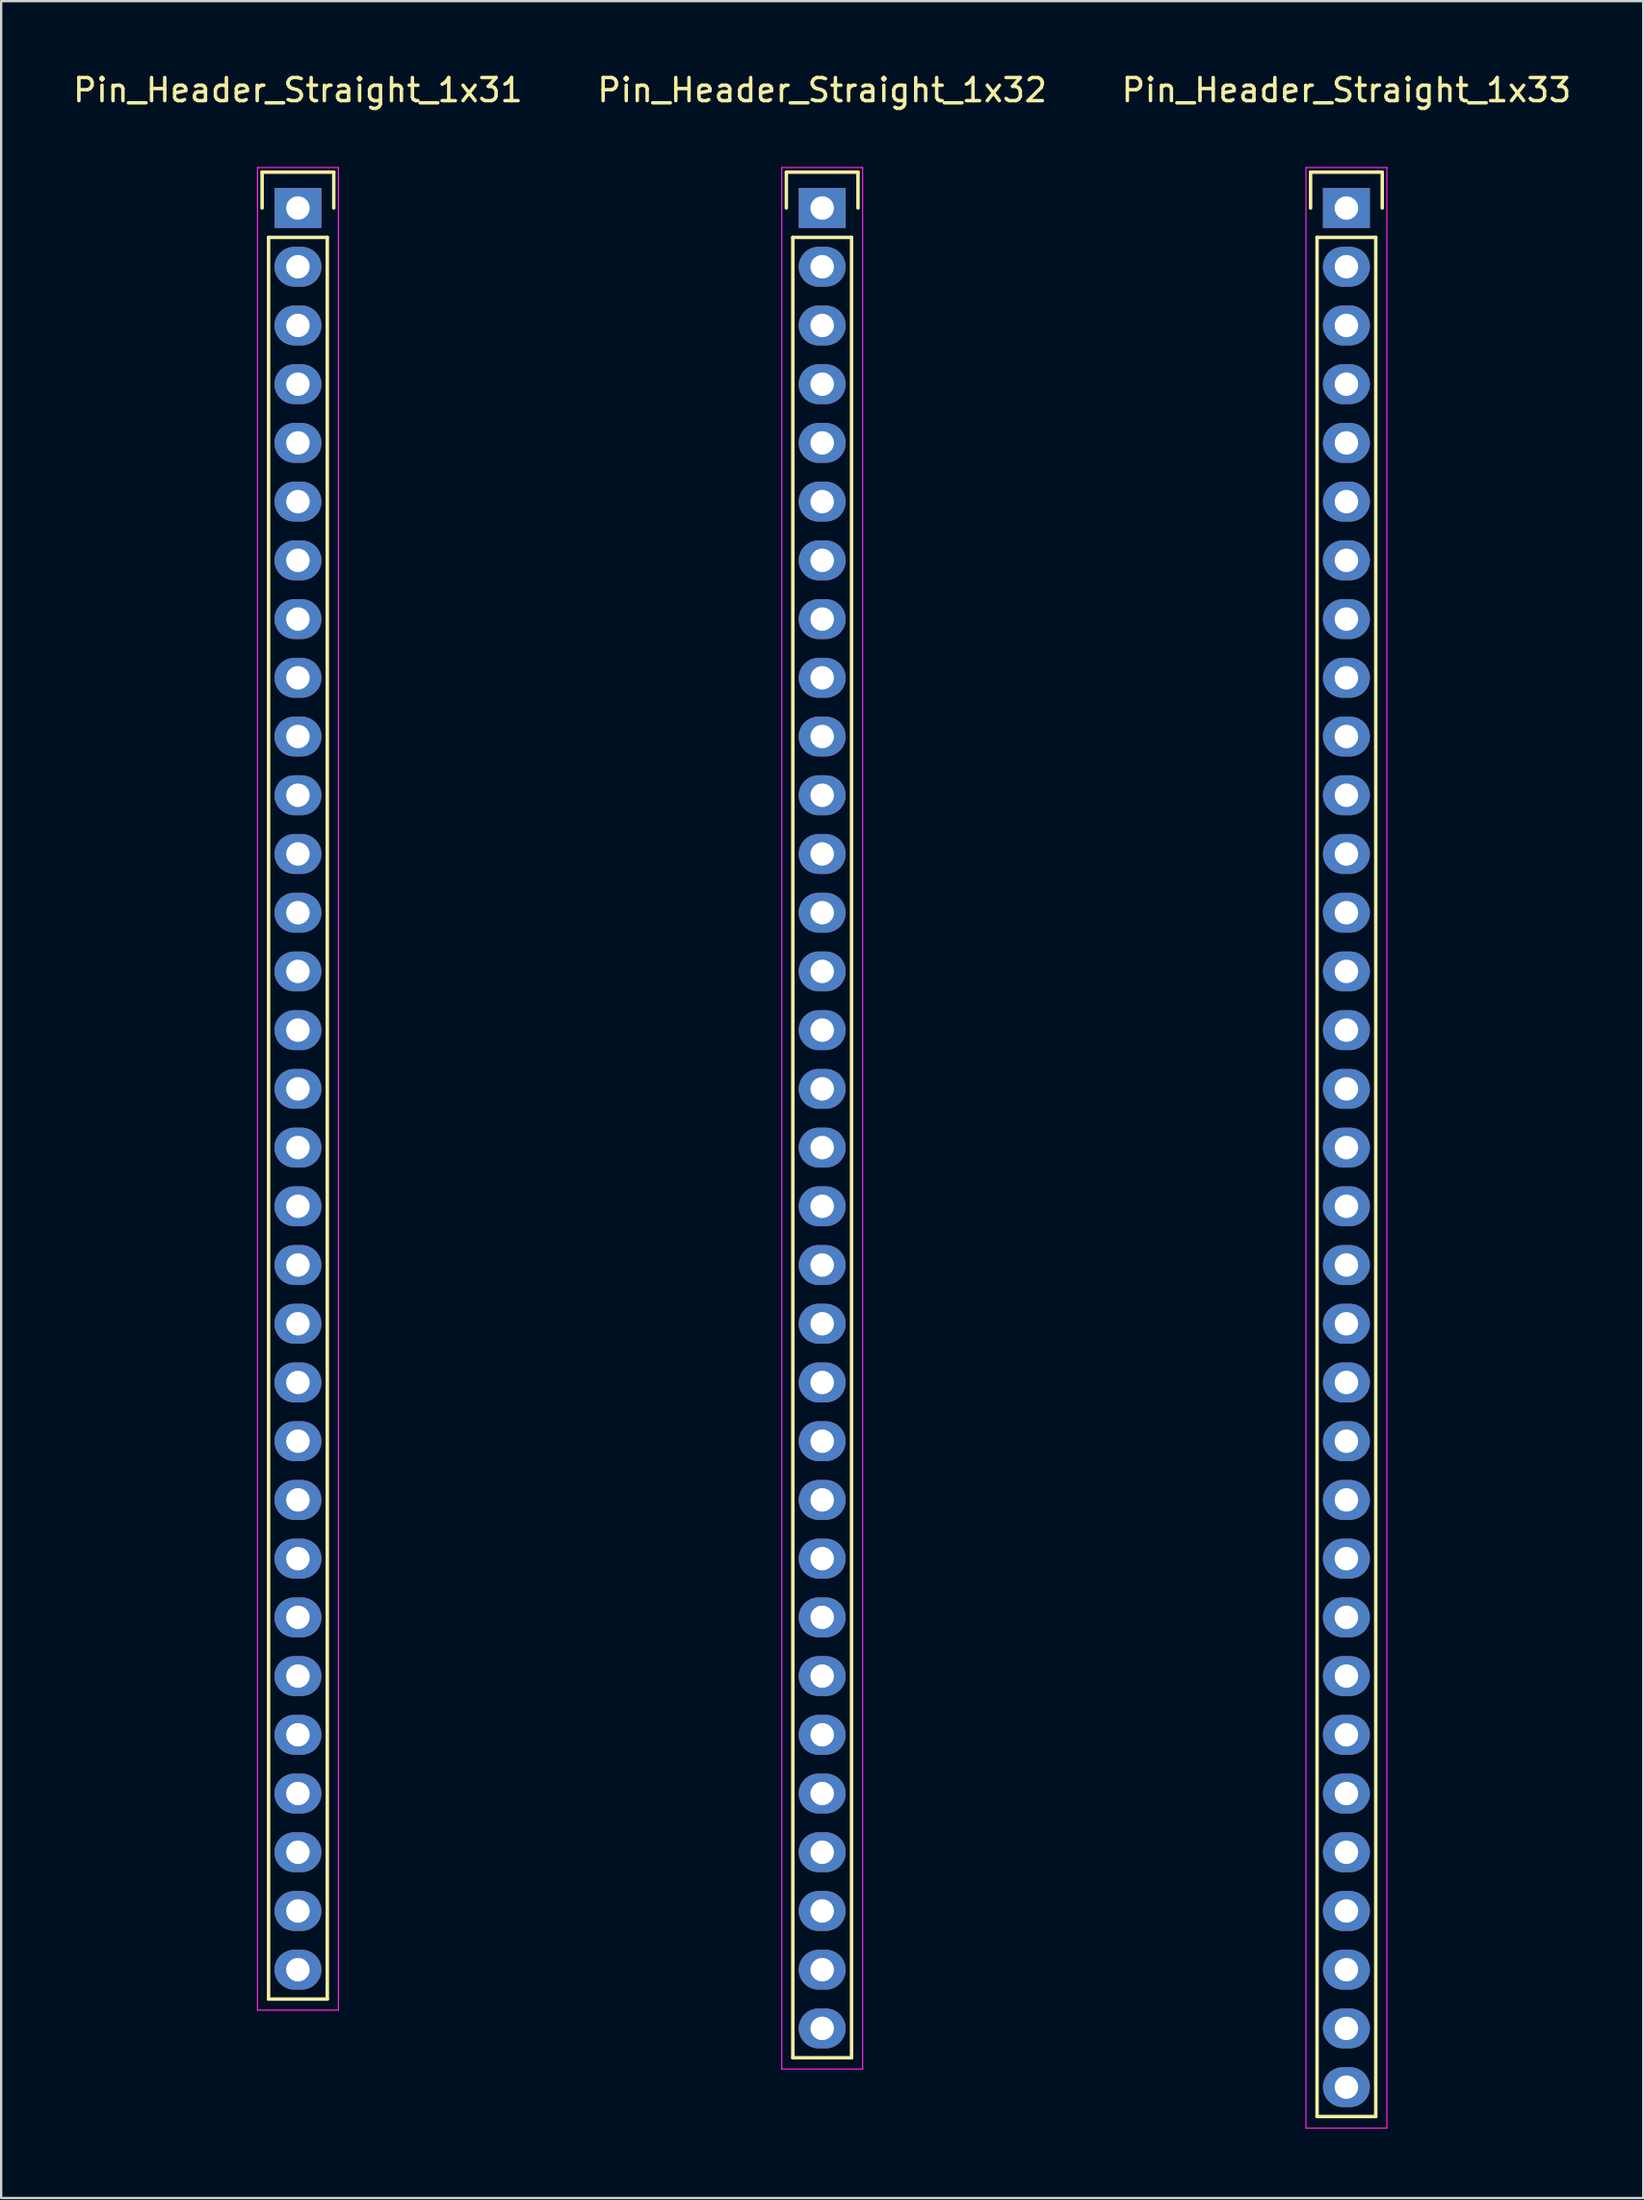
<source format=kicad_pcb>
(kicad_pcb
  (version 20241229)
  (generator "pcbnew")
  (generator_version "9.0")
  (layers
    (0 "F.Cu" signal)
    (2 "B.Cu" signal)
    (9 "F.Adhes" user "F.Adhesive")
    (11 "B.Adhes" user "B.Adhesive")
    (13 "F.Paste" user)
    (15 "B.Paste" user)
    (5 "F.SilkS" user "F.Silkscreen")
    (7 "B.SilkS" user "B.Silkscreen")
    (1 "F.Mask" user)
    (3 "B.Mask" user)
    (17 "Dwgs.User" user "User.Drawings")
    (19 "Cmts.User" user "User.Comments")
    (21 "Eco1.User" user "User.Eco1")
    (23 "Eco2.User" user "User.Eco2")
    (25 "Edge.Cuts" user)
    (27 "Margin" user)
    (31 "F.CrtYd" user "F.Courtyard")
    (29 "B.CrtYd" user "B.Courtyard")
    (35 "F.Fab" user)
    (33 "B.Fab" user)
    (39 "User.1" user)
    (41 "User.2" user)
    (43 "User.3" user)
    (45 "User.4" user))
  (footprint "Pin_Header_Straight_1x31"
    (layer "F.Cu")
    (at 9.839 5.948)
    (property "Reference" "Pin_Header_Straight_1x31" (at 0 -5.1 0) (layer "F.SilkS") (effects (font (size 1 1) (thickness 0.15))))
    (attr through_hole)
    (fp_line (start -1.55 -1.55) (end 1.55 -1.55) (stroke (width 0.15) (type solid)) (layer "F.SilkS"))
    (fp_line (start -1.55 0) (end -1.55 -1.55) (stroke (width 0.15) (type solid)) (layer "F.SilkS"))
    (fp_line (start -1.27 1.27) (end -1.27 77.47) (stroke (width 0.15) (type solid)) (layer "F.SilkS"))
    (fp_line (start -1.27 77.47) (end 1.27 77.47) (stroke (width 0.15) (type solid)) (layer "F.SilkS"))
    (fp_line (start 1.27 1.27) (end -1.27 1.27) (stroke (width 0.15) (type solid)) (layer "F.SilkS"))
    (fp_line (start 1.27 77.47) (end 1.27 1.27) (stroke (width 0.15) (type solid)) (layer "F.SilkS"))
    (fp_line (start 1.55 -1.55) (end 1.55 0) (stroke (width 0.15) (type solid)) (layer "F.SilkS"))
    (fp_line (start -1.75 -1.75) (end -1.75 77.95) (stroke (width 0.05) (type solid)) (layer "F.CrtYd"))
    (fp_line (start -1.75 -1.75) (end 1.75 -1.75) (stroke (width 0.05) (type solid)) (layer "F.CrtYd"))
    (fp_line (start -1.75 77.95) (end 1.75 77.95) (stroke (width 0.05) (type solid)) (layer "F.CrtYd"))
    (fp_line (start 1.75 -1.75) (end 1.75 77.95) (stroke (width 0.05) (type solid)) (layer "F.CrtYd"))
    (pad "1" thru_hole rect (at 0 0) (size 2.032 1.727) (drill 1.016) (layers "*.Cu" "*.Mask"))
    (pad "2" thru_hole oval (at 0 2.54) (size 2.032 1.727) (drill 1.016) (layers "*.Cu" "*.Mask"))
    (pad "3" thru_hole oval (at 0 5.08) (size 2.032 1.727) (drill 1.016) (layers "*.Cu" "*.Mask"))
    (pad "4" thru_hole oval (at 0 7.62) (size 2.032 1.727) (drill 1.016) (layers "*.Cu" "*.Mask"))
    (pad "5" thru_hole oval (at 0 10.16) (size 2.032 1.727) (drill 1.016) (layers "*.Cu" "*.Mask"))
    (pad "6" thru_hole oval (at 0 12.7) (size 2.032 1.727) (drill 1.016) (layers "*.Cu" "*.Mask"))
    (pad "7" thru_hole oval (at 0 15.24) (size 2.032 1.727) (drill 1.016) (layers "*.Cu" "*.Mask"))
    (pad "8" thru_hole oval (at 0 17.78) (size 2.032 1.727) (drill 1.016) (layers "*.Cu" "*.Mask"))
    (pad "9" thru_hole oval (at 0 20.32) (size 2.032 1.727) (drill 1.016) (layers "*.Cu" "*.Mask"))
    (pad "10" thru_hole oval (at 0 22.86) (size 2.032 1.727) (drill 1.016) (layers "*.Cu" "*.Mask"))
    (pad "11" thru_hole oval (at 0 25.4) (size 2.032 1.727) (drill 1.016) (layers "*.Cu" "*.Mask"))
    (pad "12" thru_hole oval (at 0 27.94) (size 2.032 1.727) (drill 1.016) (layers "*.Cu" "*.Mask"))
    (pad "13" thru_hole oval (at 0 30.48) (size 2.032 1.727) (drill 1.016) (layers "*.Cu" "*.Mask"))
    (pad "14" thru_hole oval (at 0 33.02) (size 2.032 1.727) (drill 1.016) (layers "*.Cu" "*.Mask"))
    (pad "15" thru_hole oval (at 0 35.56) (size 2.032 1.727) (drill 1.016) (layers "*.Cu" "*.Mask"))
    (pad "16" thru_hole oval (at 0 38.1) (size 2.032 1.727) (drill 1.016) (layers "*.Cu" "*.Mask"))
    (pad "17" thru_hole oval (at 0 40.64) (size 2.032 1.727) (drill 1.016) (layers "*.Cu" "*.Mask"))
    (pad "18" thru_hole oval (at 0 43.18) (size 2.032 1.727) (drill 1.016) (layers "*.Cu" "*.Mask"))
    (pad "19" thru_hole oval (at 0 45.72) (size 2.032 1.727) (drill 1.016) (layers "*.Cu" "*.Mask"))
    (pad "20" thru_hole oval (at 0 48.26) (size 2.032 1.727) (drill 1.016) (layers "*.Cu" "*.Mask"))
    (pad "21" thru_hole oval (at 0 50.8) (size 2.032 1.727) (drill 1.016) (layers "*.Cu" "*.Mask"))
    (pad "22" thru_hole oval (at 0 53.34) (size 2.032 1.727) (drill 1.016) (layers "*.Cu" "*.Mask"))
    (pad "23" thru_hole oval (at 0 55.88) (size 2.032 1.727) (drill 1.016) (layers "*.Cu" "*.Mask"))
    (pad "24" thru_hole oval (at 0 58.42) (size 2.032 1.727) (drill 1.016) (layers "*.Cu" "*.Mask"))
    (pad "25" thru_hole oval (at 0 60.96) (size 2.032 1.727) (drill 1.016) (layers "*.Cu" "*.Mask"))
    (pad "26" thru_hole oval (at 0 63.5) (size 2.032 1.727) (drill 1.016) (layers "*.Cu" "*.Mask"))
    (pad "27" thru_hole oval (at 0 66.04) (size 2.032 1.727) (drill 1.016) (layers "*.Cu" "*.Mask"))
    (pad "28" thru_hole oval (at 0 68.58) (size 2.032 1.727) (drill 1.016) (layers "*.Cu" "*.Mask"))
    (pad "29" thru_hole oval (at 0 71.12) (size 2.032 1.727) (drill 1.016) (layers "*.Cu" "*.Mask"))
    (pad "30" thru_hole oval (at 0 73.66) (size 2.032 1.727) (drill 1.016) (layers "*.Cu" "*.Mask"))
    (pad "31" thru_hole oval (at 0 76.2) (size 2.032 1.727) (drill 1.016) (layers "*.Cu" "*.Mask")))
  (footprint "Pin_Header_Straight_1x32"
    (layer "F.Cu")
    (at 32.518 5.948)
    (property "Reference" "Pin_Header_Straight_1x32" (at 0 -5.1 0) (layer "F.SilkS") (effects (font (size 1 1) (thickness 0.15))))
    (attr through_hole)
    (fp_line (start -1.55 -1.55) (end 1.55 -1.55) (stroke (width 0.15) (type solid)) (layer "F.SilkS"))
    (fp_line (start -1.55 0) (end -1.55 -1.55) (stroke (width 0.15) (type solid)) (layer "F.SilkS"))
    (fp_line (start -1.27 1.27) (end -1.27 80.01) (stroke (width 0.15) (type solid)) (layer "F.SilkS"))
    (fp_line (start -1.27 80.01) (end 1.27 80.01) (stroke (width 0.15) (type solid)) (layer "F.SilkS"))
    (fp_line (start 1.27 1.27) (end -1.27 1.27) (stroke (width 0.15) (type solid)) (layer "F.SilkS"))
    (fp_line (start 1.27 80.01) (end 1.27 1.27) (stroke (width 0.15) (type solid)) (layer "F.SilkS"))
    (fp_line (start 1.55 -1.55) (end 1.55 0) (stroke (width 0.15) (type solid)) (layer "F.SilkS"))
    (fp_line (start -1.75 -1.75) (end -1.75 80.5) (stroke (width 0.05) (type solid)) (layer "F.CrtYd"))
    (fp_line (start -1.75 -1.75) (end 1.75 -1.75) (stroke (width 0.05) (type solid)) (layer "F.CrtYd"))
    (fp_line (start -1.75 80.5) (end 1.75 80.5) (stroke (width 0.05) (type solid)) (layer "F.CrtYd"))
    (fp_line (start 1.75 -1.75) (end 1.75 80.5) (stroke (width 0.05) (type solid)) (layer "F.CrtYd"))
    (pad "1" thru_hole rect (at 0 0) (size 2.032 1.727) (drill 1.016) (layers "*.Cu" "*.Mask"))
    (pad "2" thru_hole oval (at 0 2.54) (size 2.032 1.727) (drill 1.016) (layers "*.Cu" "*.Mask"))
    (pad "3" thru_hole oval (at 0 5.08) (size 2.032 1.727) (drill 1.016) (layers "*.Cu" "*.Mask"))
    (pad "4" thru_hole oval (at 0 7.62) (size 2.032 1.727) (drill 1.016) (layers "*.Cu" "*.Mask"))
    (pad "5" thru_hole oval (at 0 10.16) (size 2.032 1.727) (drill 1.016) (layers "*.Cu" "*.Mask"))
    (pad "6" thru_hole oval (at 0 12.7) (size 2.032 1.727) (drill 1.016) (layers "*.Cu" "*.Mask"))
    (pad "7" thru_hole oval (at 0 15.24) (size 2.032 1.727) (drill 1.016) (layers "*.Cu" "*.Mask"))
    (pad "8" thru_hole oval (at 0 17.78) (size 2.032 1.727) (drill 1.016) (layers "*.Cu" "*.Mask"))
    (pad "9" thru_hole oval (at 0 20.32) (size 2.032 1.727) (drill 1.016) (layers "*.Cu" "*.Mask"))
    (pad "10" thru_hole oval (at 0 22.86) (size 2.032 1.727) (drill 1.016) (layers "*.Cu" "*.Mask"))
    (pad "11" thru_hole oval (at 0 25.4) (size 2.032 1.727) (drill 1.016) (layers "*.Cu" "*.Mask"))
    (pad "12" thru_hole oval (at 0 27.94) (size 2.032 1.727) (drill 1.016) (layers "*.Cu" "*.Mask"))
    (pad "13" thru_hole oval (at 0 30.48) (size 2.032 1.727) (drill 1.016) (layers "*.Cu" "*.Mask"))
    (pad "14" thru_hole oval (at 0 33.02) (size 2.032 1.727) (drill 1.016) (layers "*.Cu" "*.Mask"))
    (pad "15" thru_hole oval (at 0 35.56) (size 2.032 1.727) (drill 1.016) (layers "*.Cu" "*.Mask"))
    (pad "16" thru_hole oval (at 0 38.1) (size 2.032 1.727) (drill 1.016) (layers "*.Cu" "*.Mask"))
    (pad "17" thru_hole oval (at 0 40.64) (size 2.032 1.727) (drill 1.016) (layers "*.Cu" "*.Mask"))
    (pad "18" thru_hole oval (at 0 43.18) (size 2.032 1.727) (drill 1.016) (layers "*.Cu" "*.Mask"))
    (pad "19" thru_hole oval (at 0 45.72) (size 2.032 1.727) (drill 1.016) (layers "*.Cu" "*.Mask"))
    (pad "20" thru_hole oval (at 0 48.26) (size 2.032 1.727) (drill 1.016) (layers "*.Cu" "*.Mask"))
    (pad "21" thru_hole oval (at 0 50.8) (size 2.032 1.727) (drill 1.016) (layers "*.Cu" "*.Mask"))
    (pad "22" thru_hole oval (at 0 53.34) (size 2.032 1.727) (drill 1.016) (layers "*.Cu" "*.Mask"))
    (pad "23" thru_hole oval (at 0 55.88) (size 2.032 1.727) (drill 1.016) (layers "*.Cu" "*.Mask"))
    (pad "24" thru_hole oval (at 0 58.42) (size 2.032 1.727) (drill 1.016) (layers "*.Cu" "*.Mask"))
    (pad "25" thru_hole oval (at 0 60.96) (size 2.032 1.727) (drill 1.016) (layers "*.Cu" "*.Mask"))
    (pad "26" thru_hole oval (at 0 63.5) (size 2.032 1.727) (drill 1.016) (layers "*.Cu" "*.Mask"))
    (pad "27" thru_hole oval (at 0 66.04) (size 2.032 1.727) (drill 1.016) (layers "*.Cu" "*.Mask"))
    (pad "28" thru_hole oval (at 0 68.58) (size 2.032 1.727) (drill 1.016) (layers "*.Cu" "*.Mask"))
    (pad "29" thru_hole oval (at 0 71.12) (size 2.032 1.727) (drill 1.016) (layers "*.Cu" "*.Mask"))
    (pad "30" thru_hole oval (at 0 73.66) (size 2.032 1.727) (drill 1.016) (layers "*.Cu" "*.Mask"))
    (pad "31" thru_hole oval (at 0 76.2) (size 2.032 1.727) (drill 1.016) (layers "*.Cu" "*.Mask"))
    (pad "32" thru_hole oval (at 0 78.74) (size 2.032 1.727) (drill 1.016) (layers "*.Cu" "*.Mask")))
  (footprint "Pin_Header_Straight_1x33"
    (layer "F.Cu")
    (at 55.196 5.948)
    (property "Reference" "Pin_Header_Straight_1x33" (at 0 -5.1 0) (layer "F.SilkS") (effects (font (size 1 1) (thickness 0.15))))
    (attr through_hole)
    (fp_line (start -1.55 -1.55) (end 1.55 -1.55) (stroke (width 0.15) (type solid)) (layer "F.SilkS"))
    (fp_line (start -1.55 0) (end -1.55 -1.55) (stroke (width 0.15) (type solid)) (layer "F.SilkS"))
    (fp_line (start -1.27 1.27) (end -1.27 82.55) (stroke (width 0.15) (type solid)) (layer "F.SilkS"))
    (fp_line (start -1.27 82.55) (end 1.27 82.55) (stroke (width 0.15) (type solid)) (layer "F.SilkS"))
    (fp_line (start 1.27 1.27) (end -1.27 1.27) (stroke (width 0.15) (type solid)) (layer "F.SilkS"))
    (fp_line (start 1.27 82.55) (end 1.27 1.27) (stroke (width 0.15) (type solid)) (layer "F.SilkS"))
    (fp_line (start 1.55 -1.55) (end 1.55 0) (stroke (width 0.15) (type solid)) (layer "F.SilkS"))
    (fp_line (start -1.75 -1.75) (end -1.75 83.05) (stroke (width 0.05) (type solid)) (layer "F.CrtYd"))
    (fp_line (start -1.75 -1.75) (end 1.75 -1.75) (stroke (width 0.05) (type solid)) (layer "F.CrtYd"))
    (fp_line (start -1.75 83.05) (end 1.75 83.05) (stroke (width 0.05) (type solid)) (layer "F.CrtYd"))
    (fp_line (start 1.75 -1.75) (end 1.75 83.05) (stroke (width 0.05) (type solid)) (layer "F.CrtYd"))
    (pad "1" thru_hole rect (at 0 0) (size 2.032 1.727) (drill 1.016) (layers "*.Cu" "*.Mask"))
    (pad "2" thru_hole oval (at 0 2.54) (size 2.032 1.727) (drill 1.016) (layers "*.Cu" "*.Mask"))
    (pad "3" thru_hole oval (at 0 5.08) (size 2.032 1.727) (drill 1.016) (layers "*.Cu" "*.Mask"))
    (pad "4" thru_hole oval (at 0 7.62) (size 2.032 1.727) (drill 1.016) (layers "*.Cu" "*.Mask"))
    (pad "5" thru_hole oval (at 0 10.16) (size 2.032 1.727) (drill 1.016) (layers "*.Cu" "*.Mask"))
    (pad "6" thru_hole oval (at 0 12.7) (size 2.032 1.727) (drill 1.016) (layers "*.Cu" "*.Mask"))
    (pad "7" thru_hole oval (at 0 15.24) (size 2.032 1.727) (drill 1.016) (layers "*.Cu" "*.Mask"))
    (pad "8" thru_hole oval (at 0 17.78) (size 2.032 1.727) (drill 1.016) (layers "*.Cu" "*.Mask"))
    (pad "9" thru_hole oval (at 0 20.32) (size 2.032 1.727) (drill 1.016) (layers "*.Cu" "*.Mask"))
    (pad "10" thru_hole oval (at 0 22.86) (size 2.032 1.727) (drill 1.016) (layers "*.Cu" "*.Mask"))
    (pad "11" thru_hole oval (at 0 25.4) (size 2.032 1.727) (drill 1.016) (layers "*.Cu" "*.Mask"))
    (pad "12" thru_hole oval (at 0 27.94) (size 2.032 1.727) (drill 1.016) (layers "*.Cu" "*.Mask"))
    (pad "13" thru_hole oval (at 0 30.48) (size 2.032 1.727) (drill 1.016) (layers "*.Cu" "*.Mask"))
    (pad "14" thru_hole oval (at 0 33.02) (size 2.032 1.727) (drill 1.016) (layers "*.Cu" "*.Mask"))
    (pad "15" thru_hole oval (at 0 35.56) (size 2.032 1.727) (drill 1.016) (layers "*.Cu" "*.Mask"))
    (pad "16" thru_hole oval (at 0 38.1) (size 2.032 1.727) (drill 1.016) (layers "*.Cu" "*.Mask"))
    (pad "17" thru_hole oval (at 0 40.64) (size 2.032 1.727) (drill 1.016) (layers "*.Cu" "*.Mask"))
    (pad "18" thru_hole oval (at 0 43.18) (size 2.032 1.727) (drill 1.016) (layers "*.Cu" "*.Mask"))
    (pad "19" thru_hole oval (at 0 45.72) (size 2.032 1.727) (drill 1.016) (layers "*.Cu" "*.Mask"))
    (pad "20" thru_hole oval (at 0 48.26) (size 2.032 1.727) (drill 1.016) (layers "*.Cu" "*.Mask"))
    (pad "21" thru_hole oval (at 0 50.8) (size 2.032 1.727) (drill 1.016) (layers "*.Cu" "*.Mask"))
    (pad "22" thru_hole oval (at 0 53.34) (size 2.032 1.727) (drill 1.016) (layers "*.Cu" "*.Mask"))
    (pad "23" thru_hole oval (at 0 55.88) (size 2.032 1.727) (drill 1.016) (layers "*.Cu" "*.Mask"))
    (pad "24" thru_hole oval (at 0 58.42) (size 2.032 1.727) (drill 1.016) (layers "*.Cu" "*.Mask"))
    (pad "25" thru_hole oval (at 0 60.96) (size 2.032 1.727) (drill 1.016) (layers "*.Cu" "*.Mask"))
    (pad "26" thru_hole oval (at 0 63.5) (size 2.032 1.727) (drill 1.016) (layers "*.Cu" "*.Mask"))
    (pad "27" thru_hole oval (at 0 66.04) (size 2.032 1.727) (drill 1.016) (layers "*.Cu" "*.Mask"))
    (pad "28" thru_hole oval (at 0 68.58) (size 2.032 1.727) (drill 1.016) (layers "*.Cu" "*.Mask"))
    (pad "29" thru_hole oval (at 0 71.12) (size 2.032 1.727) (drill 1.016) (layers "*.Cu" "*.Mask"))
    (pad "30" thru_hole oval (at 0 73.66) (size 2.032 1.727) (drill 1.016) (layers "*.Cu" "*.Mask"))
    (pad "31" thru_hole oval (at 0 76.2) (size 2.032 1.727) (drill 1.016) (layers "*.Cu" "*.Mask"))
    (pad "32" thru_hole oval (at 0 78.74) (size 2.032 1.727) (drill 1.016) (layers "*.Cu" "*.Mask"))
    (pad "33" thru_hole oval (at 0 81.28) (size 2.032 1.727) (drill 1.016) (layers "*.Cu" "*.Mask")))
  (gr_rect
    (start -3 -3)
    (end 68.036 92.023)
    (stroke (width 0.1) (type default))
    (fill no)
    (layer "Edge.Cuts")))
</source>
